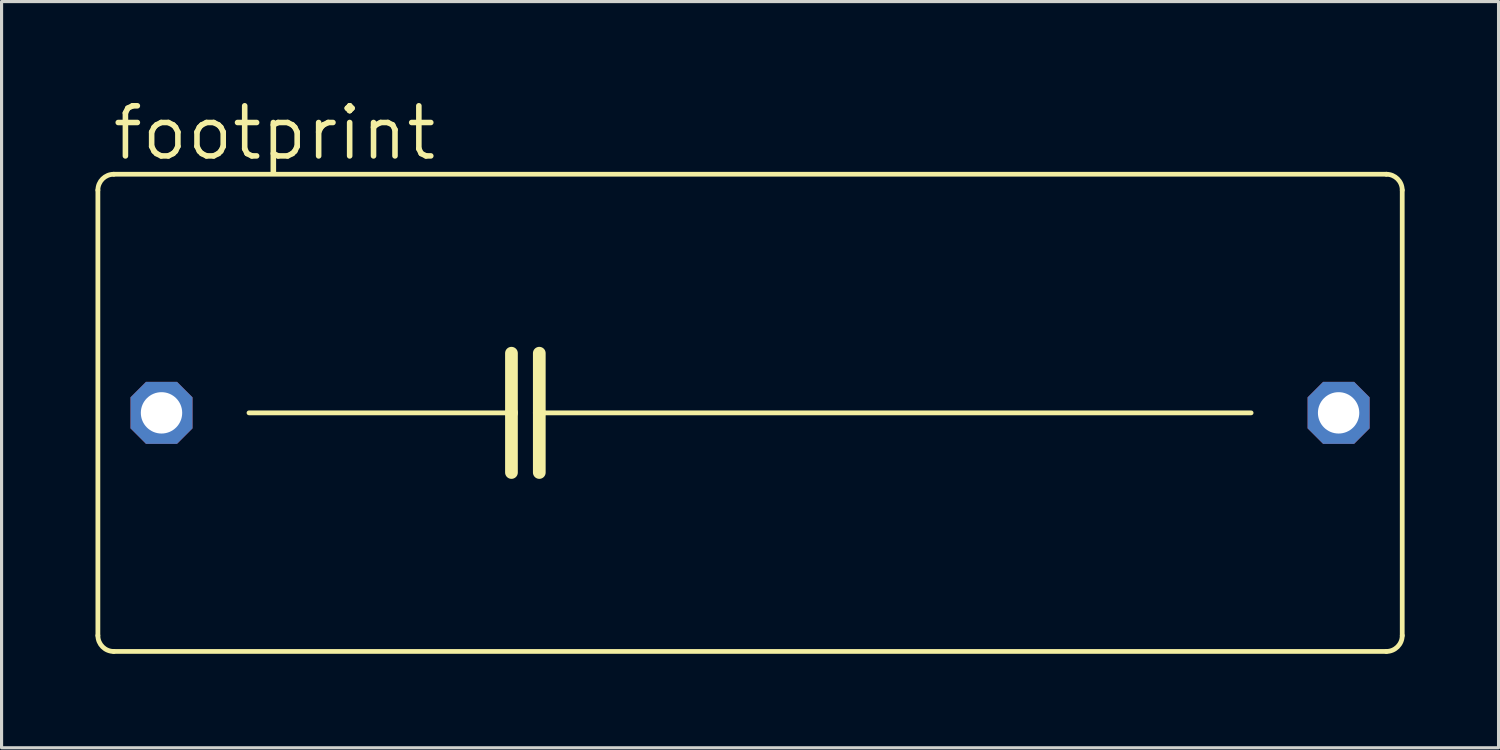
<source format=kicad_pcb>
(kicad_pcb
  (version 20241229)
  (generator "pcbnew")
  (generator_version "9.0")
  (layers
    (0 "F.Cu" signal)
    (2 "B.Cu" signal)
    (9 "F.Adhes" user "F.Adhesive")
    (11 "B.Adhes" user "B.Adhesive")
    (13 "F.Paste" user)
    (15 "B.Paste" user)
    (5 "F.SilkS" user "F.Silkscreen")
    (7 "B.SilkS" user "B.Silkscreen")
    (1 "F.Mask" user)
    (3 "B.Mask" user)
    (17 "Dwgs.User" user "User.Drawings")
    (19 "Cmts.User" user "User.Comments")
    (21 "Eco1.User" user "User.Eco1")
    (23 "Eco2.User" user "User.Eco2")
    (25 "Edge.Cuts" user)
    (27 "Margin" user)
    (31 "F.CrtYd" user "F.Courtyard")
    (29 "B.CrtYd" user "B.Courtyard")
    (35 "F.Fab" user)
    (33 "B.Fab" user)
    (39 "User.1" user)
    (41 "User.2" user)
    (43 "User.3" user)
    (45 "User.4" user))
  (footprint "footprint"
    (layer "F.Cu")
    (at 20.904 10.135)
    (property "Reference" "footprint" (at -20.447 -8.001 0) (layer "F.SilkS") (effects (font (size 1.6 1.6) (thickness 0.178)) (justify left bottom)))
    (fp_line (start -20.828 7.112) (end -20.828 -7.112) (stroke (width 0.152) (type solid)) (layer "F.SilkS"))
    (fp_line (start -20.32 -7.62) (end 20.32 -7.62) (stroke (width 0.152) (type solid)) (layer "F.SilkS"))
    (fp_line (start -16.002 0) (end -7.62 0) (stroke (width 0.152) (type solid)) (layer "F.SilkS"))
    (fp_line (start -7.62 -1.905) (end -7.62 0) (stroke (width 0.406) (type solid)) (layer "F.SilkS"))
    (fp_line (start -7.62 0) (end -7.62 1.905) (stroke (width 0.406) (type solid)) (layer "F.SilkS"))
    (fp_line (start -6.731 -1.905) (end -6.731 0) (stroke (width 0.406) (type solid)) (layer "F.SilkS"))
    (fp_line (start -6.731 0) (end -6.731 1.905) (stroke (width 0.406) (type solid)) (layer "F.SilkS"))
    (fp_line (start -6.731 0) (end 16.002 0) (stroke (width 0.152) (type solid)) (layer "F.SilkS"))
    (fp_line (start 20.32 7.62) (end -20.32 7.62) (stroke (width 0.152) (type solid)) (layer "F.SilkS"))
    (fp_line (start 20.828 -7.112) (end 20.828 7.112) (stroke (width 0.152) (type solid)) (layer "F.SilkS"))
    (fp_arc (start -20.828 -7.112) (mid -20.67921 -7.47121) (end -20.32 -7.62) (stroke (width 0.1524) (type solid)) (layer "F.SilkS"))
    (fp_arc (start -20.32 7.62) (mid -20.67921 7.47121) (end -20.828 7.112) (stroke (width 0.1524) (type solid)) (layer "F.SilkS"))
    (fp_arc (start 20.32 -7.62) (mid 20.67921 -7.47121) (end 20.828 -7.112) (stroke (width 0.1524) (type solid)) (layer "F.SilkS"))
    (fp_arc (start 20.828 7.112) (mid 20.67921 7.47121) (end 20.32 7.62) (stroke (width 0.1524) (type solid)) (layer "F.SilkS"))
    (pad "1" thru_hole roundrect (at -18.796 0) (size 1.981 1.981) (drill 1.321) (layers "*.Cu" "*.Mask") (roundrect_rratio 0.25) (chamfer_ratio 0.25) (chamfer top_left top_right bottom_left bottom_right))
    (pad "2" thru_hole roundrect (at 18.796 0) (size 1.981 1.981) (drill 1.321) (layers "*.Cu" "*.Mask") (roundrect_rratio 0.25) (chamfer_ratio 0.25) (chamfer top_left top_right bottom_left bottom_right)))
  (gr_rect
    (start -3 -3)
    (end 44.808 20.831)
    (stroke (width 0.1) (type default))
    (fill no)
    (layer "Edge.Cuts")))
</source>
